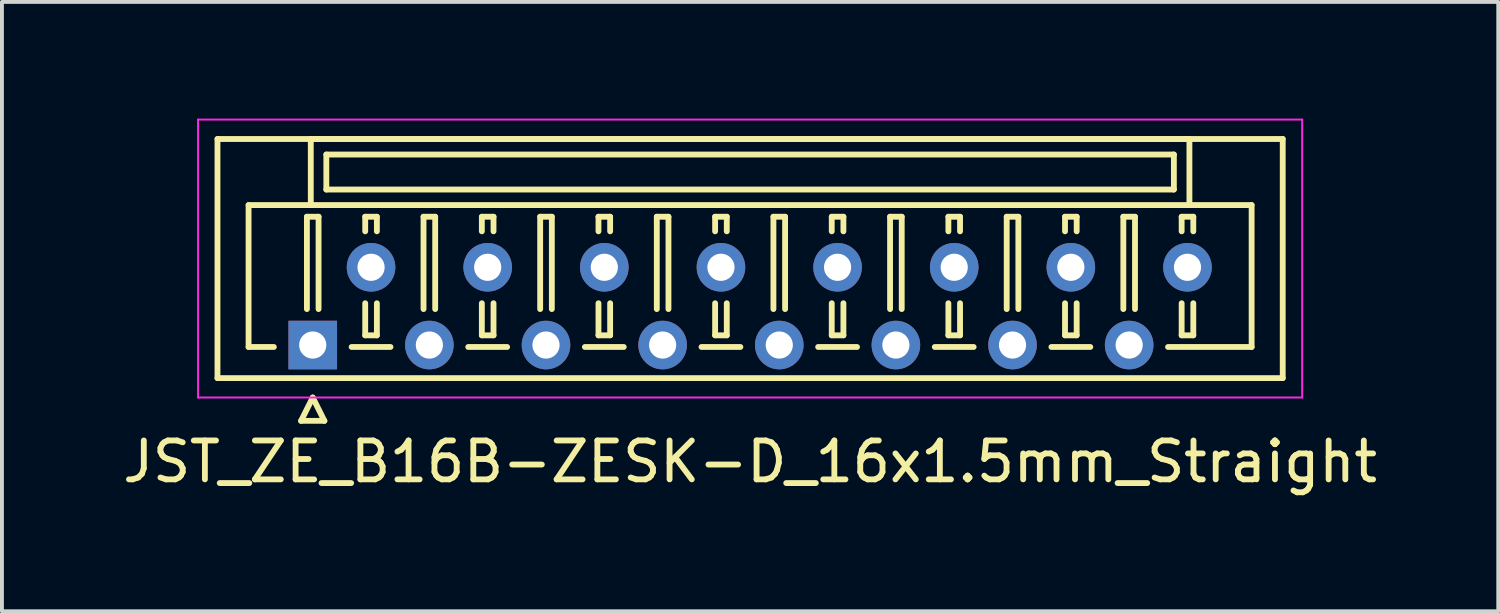
<source format=kicad_pcb>
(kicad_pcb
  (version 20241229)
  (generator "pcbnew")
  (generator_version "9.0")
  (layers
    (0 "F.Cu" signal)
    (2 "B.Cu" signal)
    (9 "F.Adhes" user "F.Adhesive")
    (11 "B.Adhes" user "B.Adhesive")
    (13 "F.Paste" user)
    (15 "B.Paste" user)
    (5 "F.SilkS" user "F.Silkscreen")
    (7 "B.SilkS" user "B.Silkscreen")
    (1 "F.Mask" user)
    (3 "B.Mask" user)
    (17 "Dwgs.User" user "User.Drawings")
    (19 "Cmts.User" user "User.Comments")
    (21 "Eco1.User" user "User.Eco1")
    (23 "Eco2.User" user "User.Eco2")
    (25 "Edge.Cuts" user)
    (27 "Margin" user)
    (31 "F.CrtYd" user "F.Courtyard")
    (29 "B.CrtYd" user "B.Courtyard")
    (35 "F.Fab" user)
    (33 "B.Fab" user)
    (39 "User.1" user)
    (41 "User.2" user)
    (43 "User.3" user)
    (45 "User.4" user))
  (footprint "JST_ZE_B16B-ZESK-D_16x1.5mm_Straight"
    (layer "F.Cu")
    (at 4.994 5.825)
    (property "Reference" "JST_ZE_B16B-ZESK-D_16x1.5mm_Straight" (at 11.25 3 0) (layer "F.SilkS") (effects (font (size 1 1) (thickness 0.15))))
    (attr through_hole)
    (fp_line (start -2.45 -5.3) (end -2.45 0.85) (stroke (width 0.15) (type solid)) (layer "F.SilkS"))
    (fp_line (start -2.45 0.85) (end 24.95 0.85) (stroke (width 0.15) (type solid)) (layer "F.SilkS"))
    (fp_line (start -1.65 -3.6) (end -1.65 0.05) (stroke (width 0.15) (type solid)) (layer "F.SilkS"))
    (fp_line (start -1.65 0.05) (end -1 0.05) (stroke (width 0.15) (type solid)) (layer "F.SilkS"))
    (fp_line (start -0.3 1.95) (end 0 1.35) (stroke (width 0.15) (type solid)) (layer "F.SilkS"))
    (fp_line (start -0.15 -3.3) (end 0.15 -3.3) (stroke (width 0.15) (type solid)) (layer "F.SilkS"))
    (fp_line (start -0.15 -0.925) (end -0.15 -3.3) (stroke (width 0.15) (type solid)) (layer "F.SilkS"))
    (fp_line (start -0.05 -5.3) (end -0.05 -3.6) (stroke (width 0.15) (type solid)) (layer "F.SilkS"))
    (fp_line (start -0.05 -3.6) (end -1.65 -3.6) (stroke (width 0.15) (type solid)) (layer "F.SilkS"))
    (fp_line (start -0.05 -3.6) (end 22.55 -3.6) (stroke (width 0.15) (type solid)) (layer "F.SilkS"))
    (fp_line (start 0 1.35) (end 0.3 1.95) (stroke (width 0.15) (type solid)) (layer "F.SilkS"))
    (fp_line (start 0.15 -3.3) (end 0.15 -0.925) (stroke (width 0.15) (type solid)) (layer "F.SilkS"))
    (fp_line (start 0.3 1.95) (end -0.3 1.95) (stroke (width 0.15) (type solid)) (layer "F.SilkS"))
    (fp_line (start 0.35 -4.9) (end 0.35 -4) (stroke (width 0.15) (type solid)) (layer "F.SilkS"))
    (fp_line (start 0.35 -4) (end 22.15 -4) (stroke (width 0.15) (type solid)) (layer "F.SilkS"))
    (fp_line (start 1 0.05) (end 2 0.05) (stroke (width 0.15) (type solid)) (layer "F.SilkS"))
    (fp_line (start 1.35 -3.3) (end 1.65 -3.3) (stroke (width 0.15) (type solid)) (layer "F.SilkS"))
    (fp_line (start 1.35 -2.925) (end 1.35 -3.3) (stroke (width 0.15) (type solid)) (layer "F.SilkS"))
    (fp_line (start 1.35 -1.075) (end 1.35 -0.25) (stroke (width 0.15) (type solid)) (layer "F.SilkS"))
    (fp_line (start 1.35 -0.25) (end 1.65 -0.25) (stroke (width 0.15) (type solid)) (layer "F.SilkS"))
    (fp_line (start 1.65 -3.3) (end 1.65 -2.925) (stroke (width 0.15) (type solid)) (layer "F.SilkS"))
    (fp_line (start 1.65 -0.25) (end 1.65 -1.075) (stroke (width 0.15) (type solid)) (layer "F.SilkS"))
    (fp_line (start 2.85 -3.3) (end 3.15 -3.3) (stroke (width 0.15) (type solid)) (layer "F.SilkS"))
    (fp_line (start 2.85 -0.925) (end 2.85 -3.3) (stroke (width 0.15) (type solid)) (layer "F.SilkS"))
    (fp_line (start 3.15 -3.3) (end 3.15 -0.925) (stroke (width 0.15) (type solid)) (layer "F.SilkS"))
    (fp_line (start 4 0.05) (end 5 0.05) (stroke (width 0.15) (type solid)) (layer "F.SilkS"))
    (fp_line (start 4.35 -3.3) (end 4.65 -3.3) (stroke (width 0.15) (type solid)) (layer "F.SilkS"))
    (fp_line (start 4.35 -2.925) (end 4.35 -3.3) (stroke (width 0.15) (type solid)) (layer "F.SilkS"))
    (fp_line (start 4.35 -1.075) (end 4.35 -0.25) (stroke (width 0.15) (type solid)) (layer "F.SilkS"))
    (fp_line (start 4.35 -0.25) (end 4.65 -0.25) (stroke (width 0.15) (type solid)) (layer "F.SilkS"))
    (fp_line (start 4.65 -3.3) (end 4.65 -2.925) (stroke (width 0.15) (type solid)) (layer "F.SilkS"))
    (fp_line (start 4.65 -0.25) (end 4.65 -1.075) (stroke (width 0.15) (type solid)) (layer "F.SilkS"))
    (fp_line (start 5.85 -3.3) (end 6.15 -3.3) (stroke (width 0.15) (type solid)) (layer "F.SilkS"))
    (fp_line (start 5.85 -0.925) (end 5.85 -3.3) (stroke (width 0.15) (type solid)) (layer "F.SilkS"))
    (fp_line (start 6.15 -3.3) (end 6.15 -0.925) (stroke (width 0.15) (type solid)) (layer "F.SilkS"))
    (fp_line (start 7 0.05) (end 8 0.05) (stroke (width 0.15) (type solid)) (layer "F.SilkS"))
    (fp_line (start 7.35 -3.3) (end 7.65 -3.3) (stroke (width 0.15) (type solid)) (layer "F.SilkS"))
    (fp_line (start 7.35 -2.925) (end 7.35 -3.3) (stroke (width 0.15) (type solid)) (layer "F.SilkS"))
    (fp_line (start 7.35 -1.075) (end 7.35 -0.25) (stroke (width 0.15) (type solid)) (layer "F.SilkS"))
    (fp_line (start 7.35 -0.25) (end 7.65 -0.25) (stroke (width 0.15) (type solid)) (layer "F.SilkS"))
    (fp_line (start 7.65 -3.3) (end 7.65 -2.925) (stroke (width 0.15) (type solid)) (layer "F.SilkS"))
    (fp_line (start 7.65 -0.25) (end 7.65 -1.075) (stroke (width 0.15) (type solid)) (layer "F.SilkS"))
    (fp_line (start 8.85 -3.3) (end 9.15 -3.3) (stroke (width 0.15) (type solid)) (layer "F.SilkS"))
    (fp_line (start 8.85 -0.925) (end 8.85 -3.3) (stroke (width 0.15) (type solid)) (layer "F.SilkS"))
    (fp_line (start 9.15 -3.3) (end 9.15 -0.925) (stroke (width 0.15) (type solid)) (layer "F.SilkS"))
    (fp_line (start 10 0.05) (end 11 0.05) (stroke (width 0.15) (type solid)) (layer "F.SilkS"))
    (fp_line (start 10.35 -3.3) (end 10.65 -3.3) (stroke (width 0.15) (type solid)) (layer "F.SilkS"))
    (fp_line (start 10.35 -2.925) (end 10.35 -3.3) (stroke (width 0.15) (type solid)) (layer "F.SilkS"))
    (fp_line (start 10.35 -1.075) (end 10.35 -0.25) (stroke (width 0.15) (type solid)) (layer "F.SilkS"))
    (fp_line (start 10.35 -0.25) (end 10.65 -0.25) (stroke (width 0.15) (type solid)) (layer "F.SilkS"))
    (fp_line (start 10.65 -3.3) (end 10.65 -2.925) (stroke (width 0.15) (type solid)) (layer "F.SilkS"))
    (fp_line (start 10.65 -0.25) (end 10.65 -1.075) (stroke (width 0.15) (type solid)) (layer "F.SilkS"))
    (fp_line (start 11.85 -3.3) (end 12.15 -3.3) (stroke (width 0.15) (type solid)) (layer "F.SilkS"))
    (fp_line (start 11.85 -0.925) (end 11.85 -3.3) (stroke (width 0.15) (type solid)) (layer "F.SilkS"))
    (fp_line (start 12.15 -3.3) (end 12.15 -0.925) (stroke (width 0.15) (type solid)) (layer "F.SilkS"))
    (fp_line (start 13 0.05) (end 14 0.05) (stroke (width 0.15) (type solid)) (layer "F.SilkS"))
    (fp_line (start 13.35 -3.3) (end 13.65 -3.3) (stroke (width 0.15) (type solid)) (layer "F.SilkS"))
    (fp_line (start 13.35 -2.925) (end 13.35 -3.3) (stroke (width 0.15) (type solid)) (layer "F.SilkS"))
    (fp_line (start 13.35 -1.075) (end 13.35 -0.25) (stroke (width 0.15) (type solid)) (layer "F.SilkS"))
    (fp_line (start 13.35 -0.25) (end 13.65 -0.25) (stroke (width 0.15) (type solid)) (layer "F.SilkS"))
    (fp_line (start 13.65 -3.3) (end 13.65 -2.925) (stroke (width 0.15) (type solid)) (layer "F.SilkS"))
    (fp_line (start 13.65 -0.25) (end 13.65 -1.075) (stroke (width 0.15) (type solid)) (layer "F.SilkS"))
    (fp_line (start 14.85 -3.3) (end 15.15 -3.3) (stroke (width 0.15) (type solid)) (layer "F.SilkS"))
    (fp_line (start 14.85 -0.925) (end 14.85 -3.3) (stroke (width 0.15) (type solid)) (layer "F.SilkS"))
    (fp_line (start 15.15 -3.3) (end 15.15 -0.925) (stroke (width 0.15) (type solid)) (layer "F.SilkS"))
    (fp_line (start 16 0.05) (end 17 0.05) (stroke (width 0.15) (type solid)) (layer "F.SilkS"))
    (fp_line (start 16.35 -3.3) (end 16.65 -3.3) (stroke (width 0.15) (type solid)) (layer "F.SilkS"))
    (fp_line (start 16.35 -2.925) (end 16.35 -3.3) (stroke (width 0.15) (type solid)) (layer "F.SilkS"))
    (fp_line (start 16.35 -1.075) (end 16.35 -0.25) (stroke (width 0.15) (type solid)) (layer "F.SilkS"))
    (fp_line (start 16.35 -0.25) (end 16.65 -0.25) (stroke (width 0.15) (type solid)) (layer "F.SilkS"))
    (fp_line (start 16.65 -3.3) (end 16.65 -2.925) (stroke (width 0.15) (type solid)) (layer "F.SilkS"))
    (fp_line (start 16.65 -0.25) (end 16.65 -1.075) (stroke (width 0.15) (type solid)) (layer "F.SilkS"))
    (fp_line (start 17.85 -3.3) (end 18.15 -3.3) (stroke (width 0.15) (type solid)) (layer "F.SilkS"))
    (fp_line (start 17.85 -0.925) (end 17.85 -3.3) (stroke (width 0.15) (type solid)) (layer "F.SilkS"))
    (fp_line (start 18.15 -3.3) (end 18.15 -0.925) (stroke (width 0.15) (type solid)) (layer "F.SilkS"))
    (fp_line (start 19 0.05) (end 20 0.05) (stroke (width 0.15) (type solid)) (layer "F.SilkS"))
    (fp_line (start 19.35 -3.3) (end 19.65 -3.3) (stroke (width 0.15) (type solid)) (layer "F.SilkS"))
    (fp_line (start 19.35 -2.925) (end 19.35 -3.3) (stroke (width 0.15) (type solid)) (layer "F.SilkS"))
    (fp_line (start 19.35 -1.075) (end 19.35 -0.25) (stroke (width 0.15) (type solid)) (layer "F.SilkS"))
    (fp_line (start 19.35 -0.25) (end 19.65 -0.25) (stroke (width 0.15) (type solid)) (layer "F.SilkS"))
    (fp_line (start 19.65 -3.3) (end 19.65 -2.925) (stroke (width 0.15) (type solid)) (layer "F.SilkS"))
    (fp_line (start 19.65 -0.25) (end 19.65 -1.075) (stroke (width 0.15) (type solid)) (layer "F.SilkS"))
    (fp_line (start 20.85 -3.3) (end 21.15 -3.3) (stroke (width 0.15) (type solid)) (layer "F.SilkS"))
    (fp_line (start 20.85 -0.925) (end 20.85 -3.3) (stroke (width 0.15) (type solid)) (layer "F.SilkS"))
    (fp_line (start 21.15 -3.3) (end 21.15 -0.925) (stroke (width 0.15) (type solid)) (layer "F.SilkS"))
    (fp_line (start 22.15 -4.9) (end 0.35 -4.9) (stroke (width 0.15) (type solid)) (layer "F.SilkS"))
    (fp_line (start 22.15 -4) (end 22.15 -4.9) (stroke (width 0.15) (type solid)) (layer "F.SilkS"))
    (fp_line (start 22.35 -3.3) (end 22.65 -3.3) (stroke (width 0.15) (type solid)) (layer "F.SilkS"))
    (fp_line (start 22.35 -2.925) (end 22.35 -3.3) (stroke (width 0.15) (type solid)) (layer "F.SilkS"))
    (fp_line (start 22.35 -1.075) (end 22.35 -0.25) (stroke (width 0.15) (type solid)) (layer "F.SilkS"))
    (fp_line (start 22.35 -0.25) (end 22.65 -0.25) (stroke (width 0.15) (type solid)) (layer "F.SilkS"))
    (fp_line (start 22.55 -5.3) (end -0.05 -5.3) (stroke (width 0.15) (type solid)) (layer "F.SilkS"))
    (fp_line (start 22.55 -3.6) (end 22.55 -5.3) (stroke (width 0.15) (type solid)) (layer "F.SilkS"))
    (fp_line (start 22.55 -3.6) (end 24.15 -3.6) (stroke (width 0.15) (type solid)) (layer "F.SilkS"))
    (fp_line (start 22.65 -3.3) (end 22.65 -2.925) (stroke (width 0.15) (type solid)) (layer "F.SilkS"))
    (fp_line (start 22.65 -0.25) (end 22.65 -1.075) (stroke (width 0.15) (type solid)) (layer "F.SilkS"))
    (fp_line (start 24.15 -3.6) (end 24.15 0.05) (stroke (width 0.15) (type solid)) (layer "F.SilkS"))
    (fp_line (start 24.15 0.05) (end 22 0.05) (stroke (width 0.15) (type solid)) (layer "F.SilkS"))
    (fp_line (start 24.95 -5.3) (end -2.45 -5.3) (stroke (width 0.15) (type solid)) (layer "F.SilkS"))
    (fp_line (start 24.95 0.85) (end 24.95 -5.3) (stroke (width 0.15) (type solid)) (layer "F.SilkS"))
    (fp_line (start -2.95 -5.8) (end -2.95 1.35) (stroke (width 0.05) (type solid)) (layer "F.CrtYd"))
    (fp_line (start -2.95 1.35) (end 25.45 1.35) (stroke (width 0.05) (type solid)) (layer "F.CrtYd"))
    (fp_line (start 25.45 -5.8) (end -2.95 -5.8) (stroke (width 0.05) (type solid)) (layer "F.CrtYd"))
    (fp_line (start 25.45 1.35) (end 25.45 -5.8) (stroke (width 0.05) (type solid)) (layer "F.CrtYd"))
    (pad "1" thru_hole rect (at 0 0) (size 1.25 1.25) (drill 0.7) (layers "*.Cu" "*.Mask"))
    (pad "2" thru_hole circle (at 1.5 -2) (size 1.25 1.25) (drill 0.7) (layers "*.Cu" "*.Mask"))
    (pad "3" thru_hole circle (at 3 0) (size 1.25 1.25) (drill 0.7) (layers "*.Cu" "*.Mask"))
    (pad "4" thru_hole circle (at 4.5 -2) (size 1.25 1.25) (drill 0.7) (layers "*.Cu" "*.Mask"))
    (pad "5" thru_hole circle (at 6 0) (size 1.25 1.25) (drill 0.7) (layers "*.Cu" "*.Mask"))
    (pad "6" thru_hole circle (at 7.5 -2) (size 1.25 1.25) (drill 0.7) (layers "*.Cu" "*.Mask"))
    (pad "7" thru_hole circle (at 9 0) (size 1.25 1.25) (drill 0.7) (layers "*.Cu" "*.Mask"))
    (pad "8" thru_hole circle (at 10.5 -2) (size 1.25 1.25) (drill 0.7) (layers "*.Cu" "*.Mask"))
    (pad "9" thru_hole circle (at 12 0) (size 1.25 1.25) (drill 0.7) (layers "*.Cu" "*.Mask"))
    (pad "10" thru_hole circle (at 13.5 -2) (size 1.25 1.25) (drill 0.7) (layers "*.Cu" "*.Mask"))
    (pad "11" thru_hole circle (at 15 0) (size 1.25 1.25) (drill 0.7) (layers "*.Cu" "*.Mask"))
    (pad "12" thru_hole circle (at 16.5 -2) (size 1.25 1.25) (drill 0.7) (layers "*.Cu" "*.Mask"))
    (pad "13" thru_hole circle (at 18 0) (size 1.25 1.25) (drill 0.7) (layers "*.Cu" "*.Mask"))
    (pad "14" thru_hole circle (at 19.5 -2) (size 1.25 1.25) (drill 0.7) (layers "*.Cu" "*.Mask"))
    (pad "15" thru_hole circle (at 21 0) (size 1.25 1.25) (drill 0.7) (layers "*.Cu" "*.Mask"))
    (pad "16" thru_hole circle (at 22.5 -2) (size 1.25 1.25) (drill 0.7) (layers "*.Cu" "*.Mask")))
  (gr_rect
    (start -3 -3)
    (end 35.488 12.673)
    (stroke (width 0.1) (type default))
    (fill no)
    (layer "Edge.Cuts")))
</source>
